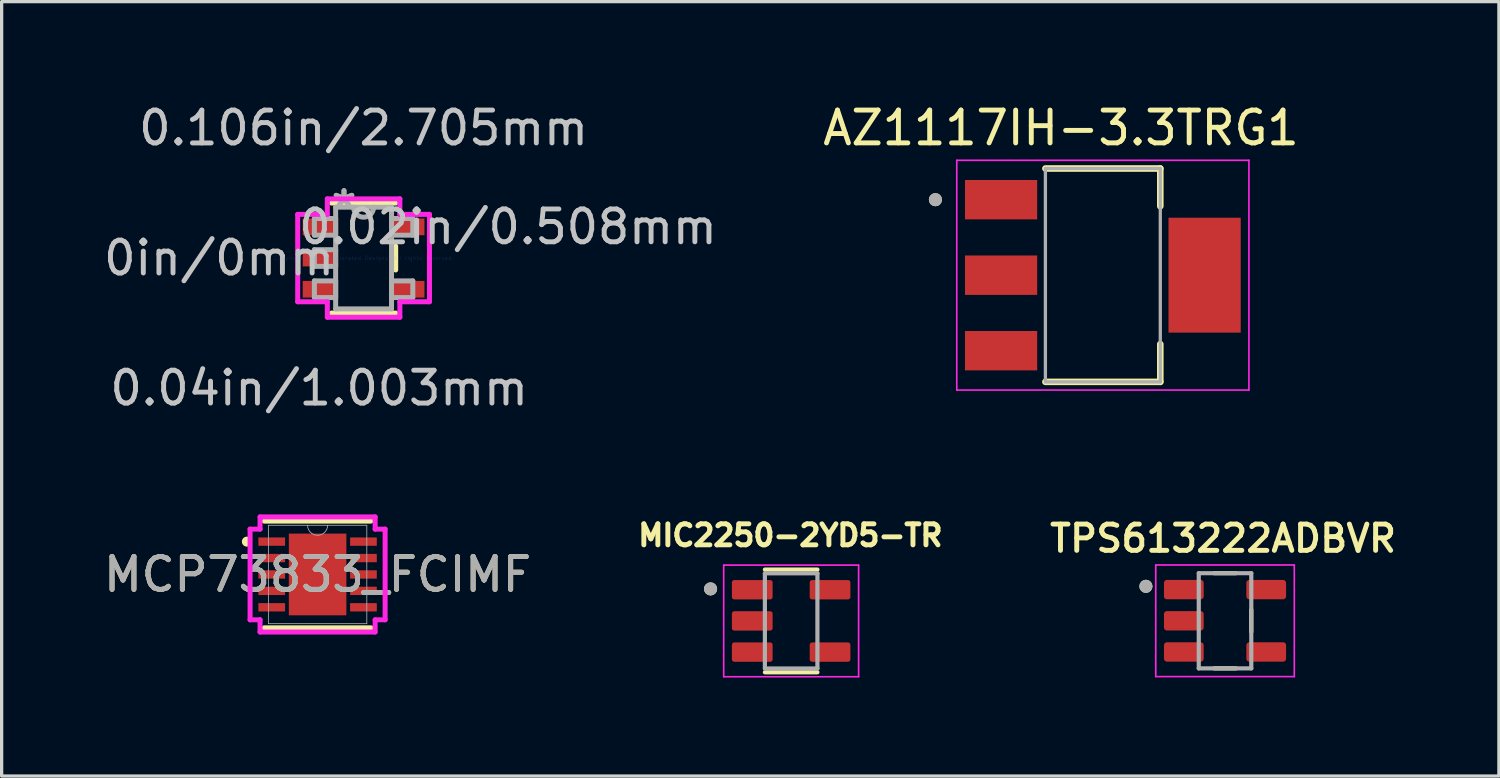
<source format=kicad_pcb>
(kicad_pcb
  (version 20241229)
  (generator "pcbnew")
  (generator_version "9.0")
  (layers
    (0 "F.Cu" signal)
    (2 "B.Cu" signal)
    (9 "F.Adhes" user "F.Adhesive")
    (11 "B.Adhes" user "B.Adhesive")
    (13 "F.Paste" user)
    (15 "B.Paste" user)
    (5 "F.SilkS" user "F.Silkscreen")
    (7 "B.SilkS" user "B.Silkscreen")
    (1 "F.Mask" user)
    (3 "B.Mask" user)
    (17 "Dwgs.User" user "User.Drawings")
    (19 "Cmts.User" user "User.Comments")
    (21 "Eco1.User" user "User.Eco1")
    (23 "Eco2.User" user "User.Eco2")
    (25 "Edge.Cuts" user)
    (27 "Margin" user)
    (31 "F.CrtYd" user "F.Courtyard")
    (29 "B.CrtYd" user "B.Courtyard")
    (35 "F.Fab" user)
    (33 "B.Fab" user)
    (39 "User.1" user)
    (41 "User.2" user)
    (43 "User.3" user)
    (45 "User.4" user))
  (footprint "AZ1117IH-3.3TRG1"
    (layer "F.Cu")
    (at 30.546 5.333)
    (property "Reference" "AZ1117IH-3.3TRG1" (at -1.275 -4.485 0) (layer "F.SilkS") (effects (font (size 1 1) (thickness 0.15))))
    (attr smd)
    (fp_line (start -1.75 -3.25) (end 1.75 -3.25) (stroke (width 0.2) (type solid)) (layer "F.SilkS"))
    (fp_line (start 1.75 -3.25) (end 1.75 -2.1) (stroke (width 0.2) (type solid)) (layer "F.SilkS"))
    (fp_line (start 1.75 2.1) (end 1.75 3.25) (stroke (width 0.2) (type solid)) (layer "F.SilkS"))
    (fp_line (start 1.75 3.25) (end -1.75 3.25) (stroke (width 0.2) (type solid)) (layer "F.SilkS"))
    (fp_circle (center -5.1 -2.3) (end -5 -2.3) (stroke (width 0.2) (type solid)) (fill no) (layer "F.SilkS"))
    (fp_line (start -4.45 -3.5) (end -4.45 3.5) (stroke (width 0.05) (type solid)) (layer "F.CrtYd"))
    (fp_line (start -4.45 3.5) (end 4.45 3.5) (stroke (width 0.05) (type solid)) (layer "F.CrtYd"))
    (fp_line (start 4.45 -3.5) (end -4.45 -3.5) (stroke (width 0.05) (type solid)) (layer "F.CrtYd"))
    (fp_line (start 4.45 3.5) (end 4.45 -3.5) (stroke (width 0.05) (type solid)) (layer "F.CrtYd"))
    (fp_line (start -1.75 -3.25) (end 1.75 -3.25) (stroke (width 0.1) (type solid)) (layer "F.Fab"))
    (fp_line (start -1.75 3.25) (end -1.75 -3.25) (stroke (width 0.1) (type solid)) (layer "F.Fab"))
    (fp_line (start 1.75 -3.25) (end 1.75 3.25) (stroke (width 0.1) (type solid)) (layer "F.Fab"))
    (fp_line (start 1.75 3.25) (end -1.75 3.25) (stroke (width 0.1) (type solid)) (layer "F.Fab"))
    (fp_circle (center -5.1 -2.3) (end -5 -2.3) (stroke (width 0.2) (type solid)) (fill no) (layer "F.Fab"))
    (pad "1" smd rect (at -3.1 -2.3) (size 2.2 1.2) (layers "F.Cu" "F.Mask" "F.Paste"))
    (pad "2" smd rect (at -3.1 0) (size 2.2 1.2) (layers "F.Cu" "F.Mask" "F.Paste"))
    (pad "3" smd rect (at -3.1 2.3) (size 2.2 1.2) (layers "F.Cu" "F.Mask" "F.Paste"))
    (pad "4" smd rect (at 3.1 0) (size 2.2 3.5) (layers "F.Cu" "F.Mask" "F.Paste")))
  (footprint "MIC2250-2YD5-TR"
    (layer "F.Cu")
    (at 21.051 15.865)
    (property "Reference" "MIC2250-2YD5-TR" (at -0.023 -2.606 0) (layer "F.SilkS") (effects (font (size 0.64 0.64) (thickness 0.15))))
    (attr smd)
    (fp_line (start -0.8 1.565) (end 0.8 1.565) (stroke (width 0.127) (type solid)) (layer "F.SilkS"))
    (fp_line (start 0.8 -1.565) (end -0.8 -1.565) (stroke (width 0.127) (type solid)) (layer "F.SilkS"))
    (fp_circle (center -2.455 -0.975) (end -2.355 -0.975) (stroke (width 0.2) (type solid)) (fill no) (layer "F.SilkS"))
    (fp_line (start -2.055 -1.7) (end -2.055 1.7) (stroke (width 0.05) (type solid)) (layer "F.CrtYd"))
    (fp_line (start -2.055 1.7) (end 2.055 1.7) (stroke (width 0.05) (type solid)) (layer "F.CrtYd"))
    (fp_line (start 2.055 -1.7) (end -2.055 -1.7) (stroke (width 0.05) (type solid)) (layer "F.CrtYd"))
    (fp_line (start 2.055 1.7) (end 2.055 -1.7) (stroke (width 0.05) (type solid)) (layer "F.CrtYd"))
    (fp_line (start -0.8 -1.45) (end -0.8 1.45) (stroke (width 0.127) (type solid)) (layer "F.Fab"))
    (fp_line (start -0.8 1.45) (end 0.8 1.45) (stroke (width 0.127) (type solid)) (layer "F.Fab"))
    (fp_line (start 0.8 -1.45) (end -0.8 -1.45) (stroke (width 0.127) (type solid)) (layer "F.Fab"))
    (fp_line (start 0.8 1.45) (end 0.8 -1.45) (stroke (width 0.127) (type solid)) (layer "F.Fab"))
    (fp_circle (center -2.455 -0.975) (end -2.355 -0.975) (stroke (width 0.2) (type solid)) (fill no) (layer "F.Fab"))
    (pad "1" smd roundrect (at -1.185 -0.95) (size 1.24 0.59) (layers "F.Cu" "F.Mask" "F.Paste") (roundrect_rratio 0.125))
    (pad "2" smd roundrect (at -1.185 0) (size 1.24 0.59) (layers "F.Cu" "F.Mask" "F.Paste") (roundrect_rratio 0.125))
    (pad "3" smd roundrect (at -1.185 0.95) (size 1.24 0.59) (layers "F.Cu" "F.Mask" "F.Paste") (roundrect_rratio 0.125))
    (pad "4" smd roundrect (at 1.185 0.95) (size 1.24 0.59) (layers "F.Cu" "F.Mask" "F.Paste") (roundrect_rratio 0.125))
    (pad "5" smd roundrect (at 1.185 -0.95) (size 1.24 0.59) (layers "F.Cu" "F.Mask" "F.Paste") (roundrect_rratio 0.125)))
  (footprint "TPS613222ADBVR"
    (layer "F.Cu")
    (at 34.268 15.861)
    (property "Reference" "TPS613222ADBVR" (at -0.06 -2.508 0) (layer "F.SilkS") (effects (font (size 0.8 0.8) (thickness 0.15))))
    (attr through_hole)
    (fp_line (start -0.33 -1.45) (end 0.33 -1.45) (stroke (width 0.127) (type solid)) (layer "F.SilkS"))
    (fp_line (start 0.33 1.45) (end -0.33 1.45) (stroke (width 0.127) (type solid)) (layer "F.SilkS"))
    (fp_line (start 0.8 -0.335) (end 0.8 0.335) (stroke (width 0.127) (type solid)) (layer "F.SilkS"))
    (fp_circle (center -2.41 -1.05) (end -2.31 -1.05) (stroke (width 0.2) (type solid)) (fill no) (layer "F.SilkS"))
    (fp_line (start -2.11 -1.7) (end 2.11 -1.7) (stroke (width 0.05) (type solid)) (layer "F.CrtYd"))
    (fp_line (start -2.11 1.7) (end -2.11 -1.7) (stroke (width 0.05) (type solid)) (layer "F.CrtYd"))
    (fp_line (start 2.11 -1.7) (end 2.11 1.7) (stroke (width 0.05) (type solid)) (layer "F.CrtYd"))
    (fp_line (start 2.11 1.7) (end -2.11 1.7) (stroke (width 0.05) (type solid)) (layer "F.CrtYd"))
    (fp_line (start -0.8 -1.45) (end 0.8 -1.45) (stroke (width 0.127) (type solid)) (layer "F.Fab"))
    (fp_line (start -0.8 1.45) (end -0.8 -1.45) (stroke (width 0.127) (type solid)) (layer "F.Fab"))
    (fp_line (start 0.8 -1.45) (end 0.8 1.45) (stroke (width 0.127) (type solid)) (layer "F.Fab"))
    (fp_line (start 0.8 1.45) (end -0.8 1.45) (stroke (width 0.127) (type solid)) (layer "F.Fab"))
    (fp_circle (center -2.41 -1.05) (end -2.31 -1.05) (stroke (width 0.2) (type solid)) (fill no) (layer "F.Fab"))
    (pad "1" smd roundrect (at -1.255 -0.95) (size 1.21 0.59) (layers "F.Cu" "F.Mask" "F.Paste") (roundrect_rratio 0.15))
    (pad "2" smd roundrect (at -1.255 0) (size 1.21 0.59) (layers "F.Cu" "F.Mask" "F.Paste") (roundrect_rratio 0.15))
    (pad "3" smd roundrect (at -1.255 0.95) (size 1.21 0.59) (layers "F.Cu" "F.Mask" "F.Paste") (roundrect_rratio 0.15))
    (pad "4" smd roundrect (at 1.255 0.95) (size 1.21 0.59) (layers "F.Cu" "F.Mask" "F.Paste") (roundrect_rratio 0.15))
    (pad "5" smd roundrect (at 1.255 -0.95) (size 1.21 0.59) (layers "F.Cu" "F.Mask" "F.Paste") (roundrect_rratio 0.15)))
  (footprint "MCP73833_FCIMF"
    (layer "F.Cu")
    (at 6.625 14.45)
    (property "Reference" "MCP73833_FCIMF" (at 0 0 0) (unlocked yes) (layer "F.SilkS") (effects (font (size 1 1) (thickness 0.15))))
    (attr smd)
    (fp_line (start -1.626 1.626) (end 1.626 1.626) (stroke (width 0.152) (type solid)) (layer "F.SilkS"))
    (fp_line (start 1.626 -1.626) (end -1.626 -1.626) (stroke (width 0.152) (type solid)) (layer "F.SilkS"))
    (fp_arc (start -2.13614 -0.926171) (mid -2.2312 -1) (end -2.13614 -1.073829) (stroke (width 0.1524) (type solid)) (layer "F.SilkS"))
    (fp_line (start -2.057 -1.381) (end -1.753 -1.381) (stroke (width 0.152) (type solid)) (layer "F.CrtYd"))
    (fp_line (start -2.057 1.381) (end -2.057 -1.381) (stroke (width 0.152) (type solid)) (layer "F.CrtYd"))
    (fp_line (start -2.057 1.381) (end -1.753 1.381) (stroke (width 0.152) (type solid)) (layer "F.CrtYd"))
    (fp_line (start -1.753 -1.753) (end 1.753 -1.753) (stroke (width 0.152) (type solid)) (layer "F.CrtYd"))
    (fp_line (start -1.753 -1.381) (end -1.753 -1.753) (stroke (width 0.152) (type solid)) (layer "F.CrtYd"))
    (fp_line (start -1.753 1.753) (end -1.753 1.381) (stroke (width 0.152) (type solid)) (layer "F.CrtYd"))
    (fp_line (start 1.753 -1.753) (end 1.753 -1.381) (stroke (width 0.152) (type solid)) (layer "F.CrtYd"))
    (fp_line (start 1.753 1.381) (end 1.753 1.753) (stroke (width 0.152) (type solid)) (layer "F.CrtYd"))
    (fp_line (start 1.753 1.753) (end -1.753 1.753) (stroke (width 0.152) (type solid)) (layer "F.CrtYd"))
    (fp_line (start 2.057 -1.381) (end 1.753 -1.381) (stroke (width 0.152) (type solid)) (layer "F.CrtYd"))
    (fp_line (start 2.057 -1.381) (end 2.057 1.381) (stroke (width 0.152) (type solid)) (layer "F.CrtYd"))
    (fp_line (start 2.057 1.381) (end 1.753 1.381) (stroke (width 0.152) (type solid)) (layer "F.CrtYd"))
    (fp_line (start -1.499 -1.499) (end -1.499 1.499) (stroke (width 0.025) (type solid)) (layer "F.Fab"))
    (fp_line (start -1.499 1.499) (end 1.499 1.499) (stroke (width 0.025) (type solid)) (layer "F.Fab"))
    (fp_line (start 1.499 -1.499) (end -1.499 -1.499) (stroke (width 0.025) (type solid)) (layer "F.Fab"))
    (fp_line (start 1.499 1.499) (end 1.499 -1.499) (stroke (width 0.025) (type solid)) (layer "F.Fab"))
    (fp_arc (start 0.3048 -1.4986) (mid 0 -1.1938) (end -0.3048 -1.4986) (stroke (width 0.0254) (type solid)) (layer "F.Fab"))
    (fp_text user "${REFERENCE}" (at 0 0 0) (unlocked yes) (layer "F.Fab") (effects (font (size 1 1) (thickness 0.15))))
    (pad "1" smd rect (at -1.397 -1) (size 0.813 0.254) (layers "F.Cu" "F.Mask" "F.Paste"))
    (pad "2" smd rect (at -1.397 -0.5) (size 0.813 0.254) (layers "F.Cu" "F.Mask" "F.Paste"))
    (pad "3" smd rect (at -1.397 0) (size 0.813 0.254) (layers "F.Cu" "F.Mask" "F.Paste"))
    (pad "4" smd rect (at -1.397 0.5) (size 0.813 0.254) (layers "F.Cu" "F.Mask" "F.Paste"))
    (pad "5" smd rect (at -1.397 1) (size 0.813 0.254) (layers "F.Cu" "F.Mask" "F.Paste"))
    (pad "6" smd rect (at 1.397 1) (size 0.813 0.254) (layers "F.Cu" "F.Mask" "F.Paste"))
    (pad "7" smd rect (at 1.397 0.5) (size 0.813 0.254) (layers "F.Cu" "F.Mask" "F.Paste"))
    (pad "8" smd rect (at 1.397 0) (size 0.813 0.254) (layers "F.Cu" "F.Mask" "F.Paste"))
    (pad "9" smd rect (at 1.397 -0.5) (size 0.813 0.254) (layers "F.Cu" "F.Mask" "F.Paste"))
    (pad "10" smd rect (at 1.397 -1) (size 0.813 0.254) (layers "F.Cu" "F.Mask" "F.Paste"))
    (pad "11" smd rect (at 0 0) (size 1.753 2.489) (layers "F.Cu" "F.Mask" "F.Paste")))
  (footprint "AP2112K-3.3TRG1"
    (layer "F.Cu")
    (at 8.026 4.811)
    (property "Reference" "AP2112K-3.3TRG1" (at 0 0 0) (layer "User.2") (effects (font (size 1 1) (thickness 0.15))))
    (attr through_hole)
    (fp_line (start -0.978 1.676) (end 0.978 1.676) (stroke (width 0.152) (type solid)) (layer "F.SilkS"))
    (fp_line (start 0.978 -1.676) (end -0.978 -1.676) (stroke (width 0.152) (type solid)) (layer "F.SilkS"))
    (fp_line (start 0.978 0.363) (end 0.978 -0.363) (stroke (width 0.152) (type solid)) (layer "F.SilkS"))
    (fp_line (start -2.007 -1.331) (end -1.105 -1.331) (stroke (width 0.152) (type solid)) (layer "F.CrtYd"))
    (fp_line (start -2.007 1.331) (end -2.007 -1.331) (stroke (width 0.152) (type solid)) (layer "F.CrtYd"))
    (fp_line (start -1.105 -1.803) (end 1.105 -1.803) (stroke (width 0.152) (type solid)) (layer "F.CrtYd"))
    (fp_line (start -1.105 -1.331) (end -1.105 -1.803) (stroke (width 0.152) (type solid)) (layer "F.CrtYd"))
    (fp_line (start -1.105 1.331) (end -2.007 1.331) (stroke (width 0.152) (type solid)) (layer "F.CrtYd"))
    (fp_line (start -1.105 1.803) (end -1.105 1.331) (stroke (width 0.152) (type solid)) (layer "F.CrtYd"))
    (fp_line (start 1.105 -1.803) (end 1.105 -1.331) (stroke (width 0.152) (type solid)) (layer "F.CrtYd"))
    (fp_line (start 1.105 -1.331) (end 2.007 -1.331) (stroke (width 0.152) (type solid)) (layer "F.CrtYd"))
    (fp_line (start 1.105 1.331) (end 1.105 1.803) (stroke (width 0.152) (type solid)) (layer "F.CrtYd"))
    (fp_line (start 1.105 1.803) (end -1.105 1.803) (stroke (width 0.152) (type solid)) (layer "F.CrtYd"))
    (fp_line (start 2.007 -1.331) (end 2.007 1.331) (stroke (width 0.152) (type solid)) (layer "F.CrtYd"))
    (fp_line (start 2.007 1.331) (end 1.105 1.331) (stroke (width 0.152) (type solid)) (layer "F.CrtYd"))
    (fp_line (start -1.499 -1.204) (end -1.499 -0.696) (stroke (width 0.152) (type solid)) (layer "F.Fab"))
    (fp_line (start -1.499 -0.696) (end -0.851 -0.696) (stroke (width 0.152) (type solid)) (layer "F.Fab"))
    (fp_line (start -1.499 -0.254) (end -1.499 0.254) (stroke (width 0.152) (type solid)) (layer "F.Fab"))
    (fp_line (start -1.499 0.254) (end -0.851 0.254) (stroke (width 0.152) (type solid)) (layer "F.Fab"))
    (fp_line (start -1.499 0.696) (end -1.499 1.204) (stroke (width 0.152) (type solid)) (layer "F.Fab"))
    (fp_line (start -1.499 1.204) (end -0.851 1.204) (stroke (width 0.152) (type solid)) (layer "F.Fab"))
    (fp_line (start -0.851 -1.549) (end -0.851 1.549) (stroke (width 0.152) (type solid)) (layer "F.Fab"))
    (fp_line (start -0.851 -1.204) (end -1.499 -1.204) (stroke (width 0.152) (type solid)) (layer "F.Fab"))
    (fp_line (start -0.851 -0.696) (end -0.851 -1.204) (stroke (width 0.152) (type solid)) (layer "F.Fab"))
    (fp_line (start -0.851 -0.254) (end -1.499 -0.254) (stroke (width 0.152) (type solid)) (layer "F.Fab"))
    (fp_line (start -0.851 0.254) (end -0.851 -0.254) (stroke (width 0.152) (type solid)) (layer "F.Fab"))
    (fp_line (start -0.851 0.696) (end -1.499 0.696) (stroke (width 0.152) (type solid)) (layer "F.Fab"))
    (fp_line (start -0.851 1.204) (end -0.851 0.696) (stroke (width 0.152) (type solid)) (layer "F.Fab"))
    (fp_line (start -0.851 1.549) (end 0.851 1.549) (stroke (width 0.152) (type solid)) (layer "F.Fab"))
    (fp_line (start 0.851 -1.549) (end -0.851 -1.549) (stroke (width 0.152) (type solid)) (layer "F.Fab"))
    (fp_line (start 0.851 -1.204) (end 0.851 -0.696) (stroke (width 0.152) (type solid)) (layer "F.Fab"))
    (fp_line (start 0.851 -0.696) (end 1.499 -0.696) (stroke (width 0.152) (type solid)) (layer "F.Fab"))
    (fp_line (start 0.851 0.696) (end 0.851 1.204) (stroke (width 0.152) (type solid)) (layer "F.Fab"))
    (fp_line (start 0.851 1.204) (end 1.499 1.204) (stroke (width 0.152) (type solid)) (layer "F.Fab"))
    (fp_line (start 0.851 1.549) (end 0.851 -1.549) (stroke (width 0.152) (type solid)) (layer "F.Fab"))
    (fp_line (start 1.499 -1.204) (end 0.851 -1.204) (stroke (width 0.152) (type solid)) (layer "F.Fab"))
    (fp_line (start 1.499 -0.696) (end 1.499 -1.204) (stroke (width 0.152) (type solid)) (layer "F.Fab"))
    (fp_line (start 1.499 0.696) (end 0.851 0.696) (stroke (width 0.152) (type solid)) (layer "F.Fab"))
    (fp_line (start 1.499 1.204) (end 1.499 0.696) (stroke (width 0.152) (type solid)) (layer "F.Fab"))
    (fp_arc (start 0.3048 -1.5494) (mid 0 -1.2446) (end -0.3048 -1.5494) (stroke (width 0.1524) (type solid)) (layer "F.Fab"))
    (fp_text user "0.106in/2.705mm" (at 0 -3.962 0) (layer "Dwgs.User") (effects (font (size 1 1) (thickness 0.15))))
    (fp_text user "0.02in/0.508mm" (at 4.401 -0.95 0) (layer "Dwgs.User") (effects (font (size 1 1) (thickness 0.15))))
    (fp_text user "0.04in/1.003mm" (at -1.353 3.962 0) (layer "Dwgs.User") (effects (font (size 1 1) (thickness 0.15))))
    (fp_text user "0in/0mm" (at -4.401 0 0) (layer "Dwgs.User") (effects (font (size 1 1) (thickness 0.15))))
    (fp_text user "Copyright 2016 Accelerated Designs. All rights reserved." (at 0 0 0) (layer "Cmts.User") (effects (font (size 0.127 0.127) (thickness 0.002))))
    (fp_text user "*" (at -0.597 -1.509 0) (layer "F.Fab") (effects (font (size 1 1) (thickness 0.15))))
    (fp_text user "*" (at -0.597 -1.509 0) (layer "F.Fab") (effects (font (size 1 1) (thickness 0.15))))
    (pad "1" smd rect (at -1.353 -0.95) (size 1.003 0.508) (layers "F.Cu" "F.Mask" "F.Paste"))
    (pad "2" smd rect (at -1.353 0) (size 1.003 0.508) (layers "F.Cu" "F.Mask" "F.Paste"))
    (pad "3" smd rect (at -1.353 0.95) (size 1.003 0.508) (layers "F.Cu" "F.Mask" "F.Paste"))
    (pad "4" smd rect (at 1.353 0.95) (size 1.003 0.508) (layers "F.Cu" "F.Mask" "F.Paste"))
    (pad "5" smd rect (at 1.353 -0.95) (size 1.003 0.508) (layers "F.Cu" "F.Mask" "F.Paste")))
  (gr_rect
    (start -3 -3)
    (end 42.611 20.59)
    (stroke (width 0.1) (type default))
    (fill no)
    (layer "Edge.Cuts")))
</source>
